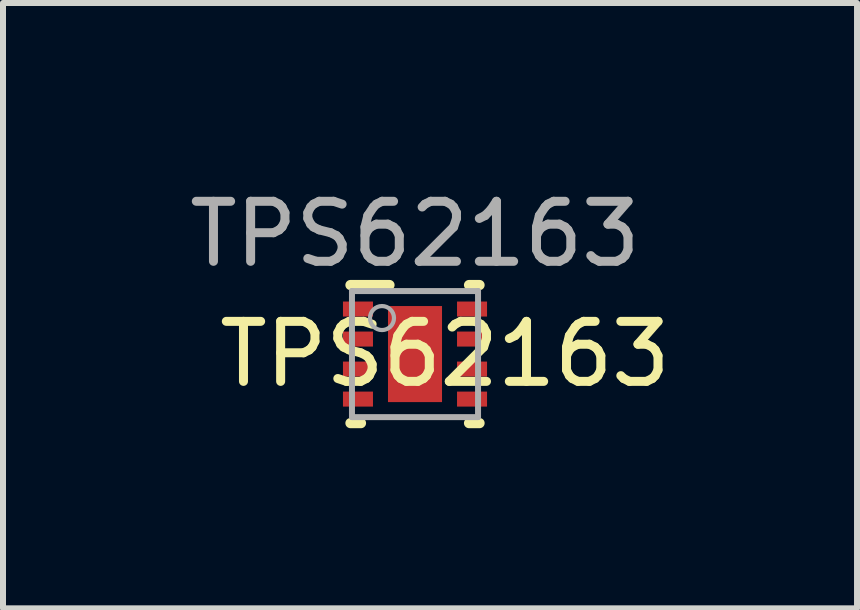
<source format=kicad_pcb>
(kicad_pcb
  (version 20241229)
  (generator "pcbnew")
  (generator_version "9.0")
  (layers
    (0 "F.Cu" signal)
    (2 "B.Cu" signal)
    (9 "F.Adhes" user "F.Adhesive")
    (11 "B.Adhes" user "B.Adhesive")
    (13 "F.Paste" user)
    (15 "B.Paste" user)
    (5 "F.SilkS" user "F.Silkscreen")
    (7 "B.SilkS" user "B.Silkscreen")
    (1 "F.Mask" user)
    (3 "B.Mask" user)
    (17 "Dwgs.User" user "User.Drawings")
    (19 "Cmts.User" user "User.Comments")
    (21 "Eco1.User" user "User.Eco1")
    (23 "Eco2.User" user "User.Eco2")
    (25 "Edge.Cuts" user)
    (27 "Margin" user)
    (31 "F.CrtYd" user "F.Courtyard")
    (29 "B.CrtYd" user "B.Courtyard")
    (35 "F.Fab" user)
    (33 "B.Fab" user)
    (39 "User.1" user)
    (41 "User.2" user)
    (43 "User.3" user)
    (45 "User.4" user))
  (footprint "TPS62163"
    (layer "F.Cu")
    (at 3.863 2.848)
    (property "Reference" "TPS62163" (at 0.5 0 0) (unlocked yes) (layer "F.SilkS") (effects (font (size 1 1) (thickness 0.15))))
    (attr smd)
    (fp_line (start -1.075 -1.15) (end -0.425 -1.15) (stroke (width 0.17) (type solid)) (layer "F.SilkS"))
    (fp_line (start -1.075 1.15) (end -0.9 1.15) (stroke (width 0.17) (type solid)) (layer "F.SilkS"))
    (fp_line (start 0.9 -1.15) (end 1.075 -1.15) (stroke (width 0.17) (type solid)) (layer "F.SilkS"))
    (fp_line (start 0.9 1.15) (end 1.075 1.15) (stroke (width 0.17) (type solid)) (layer "F.SilkS"))
    (fp_poly (pts (xy -0.427 0.733) (xy 0.427 0.733) (xy 0.427 -0.733) (xy -0.427 -0.733)) (stroke (width 0) (type solid)) (fill yes) (layer "F.Paste"))
    (fp_line (start -1.05 -1.05) (end 1.05 -1.05) (stroke (width 0.1) (type solid)) (layer "F.Fab"))
    (fp_line (start -1.05 1.05) (end -1.05 -1.05) (stroke (width 0.1) (type solid)) (layer "F.Fab"))
    (fp_line (start -1.05 1.05) (end 1.05 1.05) (stroke (width 0.1) (type solid)) (layer "F.Fab"))
    (fp_line (start 1.05 1.05) (end 1.05 -1.05) (stroke (width 0.1) (type solid)) (layer "F.Fab"))
    (fp_circle (center -0.55 -0.6) (end -0.35 -0.6) (stroke (width 0.07) (type solid)) (fill no) (layer "F.Fab"))
    (fp_text user "${REFERENCE}" (at 0 -2 0) (unlocked yes) (layer "F.Fab") (effects (font (size 1 1) (thickness 0.15))))
    (pad "1" smd rect (at -0.95 -0.75 90) (size 0.25 0.5) (layers "F.Cu" "F.Mask" "F.Paste"))
    (pad "2" smd rect (at -0.95 -0.25 90) (size 0.25 0.5) (layers "F.Cu" "F.Mask" "F.Paste"))
    (pad "3" smd rect (at -0.95 0.25 90) (size 0.25 0.5) (layers "F.Cu" "F.Mask" "F.Paste"))
    (pad "4" smd rect (at -0.95 0.75 90) (size 0.25 0.5) (layers "F.Cu" "F.Mask" "F.Paste"))
    (pad "5" smd rect (at 0.95 0.75 90) (size 0.25 0.5) (layers "F.Cu" "F.Mask" "F.Paste"))
    (pad "6" smd rect (at 0.95 0.25 90) (size 0.25 0.5) (layers "F.Cu" "F.Mask" "F.Paste"))
    (pad "7" smd rect (at 0.95 -0.25 90) (size 0.25 0.5) (layers "F.Cu" "F.Mask" "F.Paste"))
    (pad "8" smd rect (at 0.95 -0.75 90) (size 0.25 0.5) (layers "F.Cu" "F.Mask" "F.Paste"))
    (pad "9" smd rect (at 0 -0.000003) (size 0.9 1.6) (layers "F.Cu" "F.Mask" "F.Paste")))
  (gr_rect
    (start -3 -3)
    (end 11.226 7.083)
    (stroke (width 0.1) (type default))
    (fill no)
    (layer "Edge.Cuts")))
</source>
